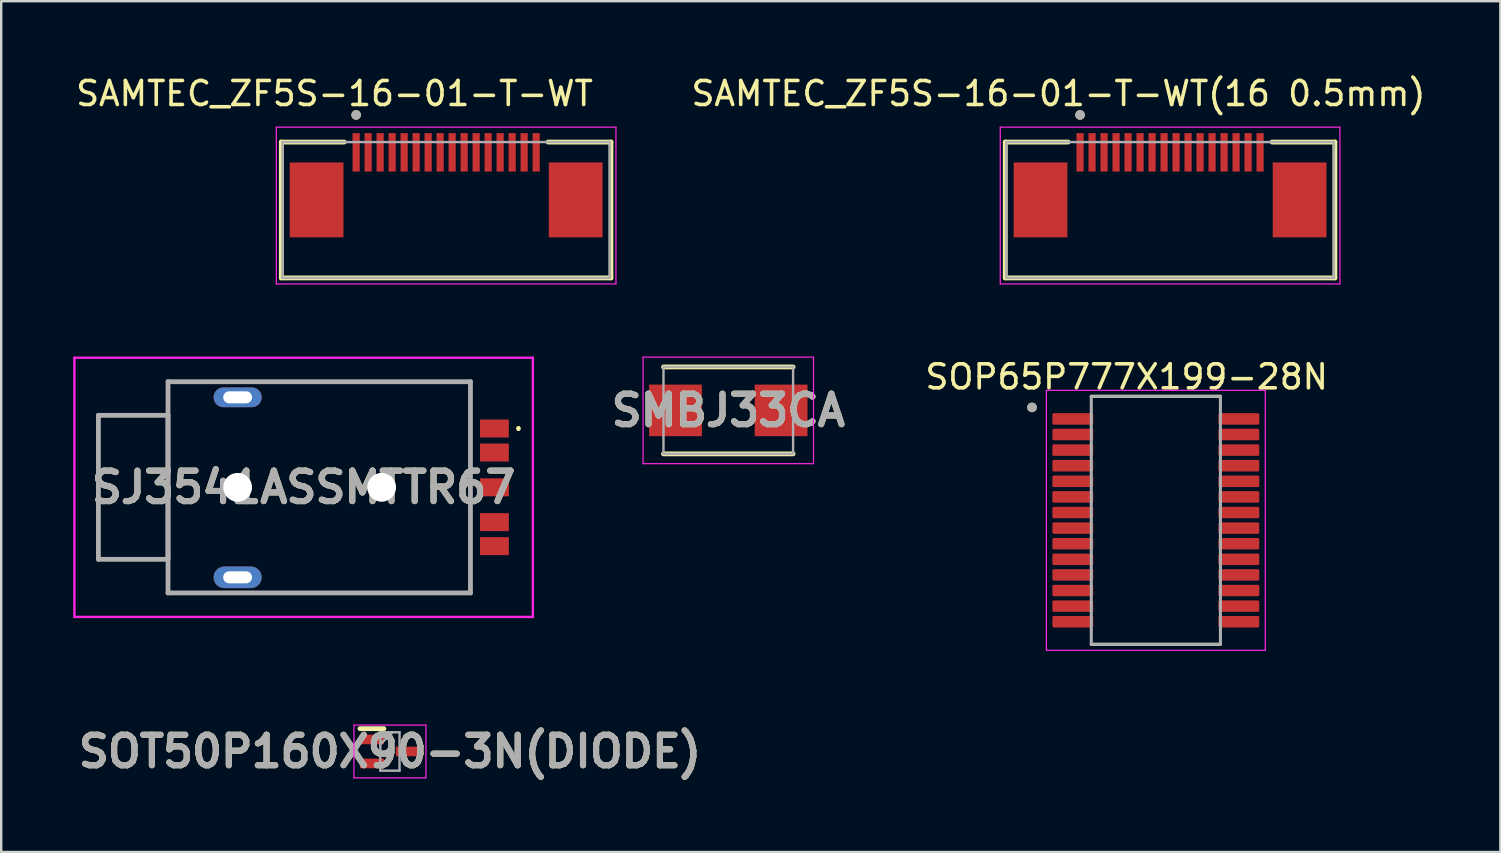
<source format=kicad_pcb>
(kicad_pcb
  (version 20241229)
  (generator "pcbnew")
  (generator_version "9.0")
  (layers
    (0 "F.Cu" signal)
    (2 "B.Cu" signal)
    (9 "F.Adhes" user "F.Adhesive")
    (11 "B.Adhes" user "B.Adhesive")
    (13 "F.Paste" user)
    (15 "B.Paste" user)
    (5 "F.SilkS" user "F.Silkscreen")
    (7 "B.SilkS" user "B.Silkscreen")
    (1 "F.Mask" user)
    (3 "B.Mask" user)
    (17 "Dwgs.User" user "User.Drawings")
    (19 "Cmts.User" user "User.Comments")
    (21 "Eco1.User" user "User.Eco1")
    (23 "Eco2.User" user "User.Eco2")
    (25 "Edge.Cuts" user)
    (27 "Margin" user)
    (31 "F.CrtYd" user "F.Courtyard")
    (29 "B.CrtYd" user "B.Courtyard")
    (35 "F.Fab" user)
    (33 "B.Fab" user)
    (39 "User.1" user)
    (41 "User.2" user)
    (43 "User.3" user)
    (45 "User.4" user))
  (footprint "SOT50P160X90-3N(DIODE)"
    (layer "F.Cu")
    (at 13.196 28.257)
    (property "Reference" "SOT50P160X90-3N(DIODE)" (at 0 0 0) (layer "F.SilkS") (effects (font (size 1.27 1.27) (thickness 0.254))))
    (attr smd)
    (fp_line (start -1.25 -0.95) (end -0.25 -0.95) (stroke (width 0.2) (type solid)) (layer "F.SilkS"))
    (fp_line (start -1.5 -1.1) (end 1.5 -1.1) (stroke (width 0.05) (type solid)) (layer "F.CrtYd"))
    (fp_line (start -1.5 1.1) (end -1.5 -1.1) (stroke (width 0.05) (type solid)) (layer "F.CrtYd"))
    (fp_line (start 1.5 -1.1) (end 1.5 1.1) (stroke (width 0.05) (type solid)) (layer "F.CrtYd"))
    (fp_line (start 1.5 1.1) (end -1.5 1.1) (stroke (width 0.05) (type solid)) (layer "F.CrtYd"))
    (fp_line (start -0.4 -0.8) (end 0.4 -0.8) (stroke (width 0.1) (type solid)) (layer "F.Fab"))
    (fp_line (start -0.4 -0.3) (end 0.1 -0.8) (stroke (width 0.1) (type solid)) (layer "F.Fab"))
    (fp_line (start -0.4 0.8) (end -0.4 -0.8) (stroke (width 0.1) (type solid)) (layer "F.Fab"))
    (fp_line (start 0.4 -0.8) (end 0.4 0.8) (stroke (width 0.1) (type solid)) (layer "F.Fab"))
    (fp_line (start 0.4 0.8) (end -0.4 0.8) (stroke (width 0.1) (type solid)) (layer "F.Fab"))
    (fp_text user "${REFERENCE}" (at 0 0 0) (layer "F.Fab") (effects (font (size 1.27 1.27) (thickness 0.254))))
    (pad "1" smd rect (at -0.75 -0.5 90) (size 0.4 1) (layers "F.Cu" "F.Mask" "F.Paste"))
    (pad "2" smd rect (at -0.75 0.5 90) (size 0.4 1) (layers "F.Cu" "F.Mask" "F.Paste"))
    (pad "3" smd rect (at 0.75 0 90) (size 0.4 1) (layers "F.Cu" "F.Mask" "F.Paste")))
  (footprint "SMBJ33CA"
    (layer "F.Cu")
    (at 27.292 14.048)
    (property "Reference" "SMBJ33CA" (at 0 0 0) (layer "F.SilkS") (effects (font (size 1.27 1.27) (thickness 0.254))))
    (attr smd)
    (fp_line (start -2.7 1.81) (end 2.7 1.81) (stroke (width 0.2) (type solid)) (layer "F.SilkS"))
    (fp_line (start 2.7 -1.81) (end -2.7 -1.81) (stroke (width 0.2) (type solid)) (layer "F.SilkS"))
    (fp_line (start -3.55 -2.22) (end 3.55 -2.22) (stroke (width 0.05) (type solid)) (layer "F.CrtYd"))
    (fp_line (start -3.55 2.22) (end -3.55 -2.22) (stroke (width 0.05) (type solid)) (layer "F.CrtYd"))
    (fp_line (start 3.55 -2.22) (end 3.55 2.22) (stroke (width 0.05) (type solid)) (layer "F.CrtYd"))
    (fp_line (start 3.55 2.22) (end -3.55 2.22) (stroke (width 0.05) (type solid)) (layer "F.CrtYd"))
    (fp_line (start -2.7 -1.81) (end 2.7 -1.81) (stroke (width 0.1) (type solid)) (layer "F.Fab"))
    (fp_line (start -2.7 1.81) (end -2.7 -1.81) (stroke (width 0.1) (type solid)) (layer "F.Fab"))
    (fp_line (start 2.7 -1.81) (end 2.7 1.81) (stroke (width 0.1) (type solid)) (layer "F.Fab"))
    (fp_line (start 2.7 1.81) (end -2.7 1.81) (stroke (width 0.1) (type solid)) (layer "F.Fab"))
    (fp_text user "${REFERENCE}" (at 0 0 0) (layer "F.Fab") (effects (font (size 1.27 1.27) (thickness 0.254))))
    (pad "1" smd rect (at -2.2 0 90) (size 2.15 2.2) (layers "F.Cu" "F.Mask" "F.Paste"))
    (pad "2" smd rect (at 2.2 0 90) (size 2.15 2.2) (layers "F.Cu" "F.Mask" "F.Paste")))
  (footprint "SAMTEC_ZF5S-16-01-T-WT"
    (layer "F.Cu")
    (at 15.537 5.278)
    (property "Reference" "SAMTEC_ZF5S-16-01-T-WT" (at -4.65 -4.43 0) (layer "F.SilkS") (effects (font (size 1 1) (thickness 0.15))))
    (attr smd)
    (fp_line (start -6.867 -2.41) (end -6.867 3.25) (stroke (width 0.2) (type solid)) (layer "F.SilkS"))
    (fp_line (start -6.867 -2.41) (end -4.247 -2.41) (stroke (width 0.2) (type solid)) (layer "F.SilkS"))
    (fp_line (start -6.867 3.25) (end 6.867 3.25) (stroke (width 0.2) (type solid)) (layer "F.SilkS"))
    (fp_line (start 6.867 -2.41) (end 4.247 -2.41) (stroke (width 0.2) (type solid)) (layer "F.SilkS"))
    (fp_line (start 6.867 -2.41) (end 6.867 3.25) (stroke (width 0.2) (type solid)) (layer "F.SilkS"))
    (fp_circle (center -3.75 -3.54) (end -3.65 -3.54) (stroke (width 0.2) (type solid)) (fill no) (layer "F.SilkS"))
    (fp_line (start -7.075 -3.03) (end 7.075 -3.03) (stroke (width 0.05) (type solid)) (layer "F.CrtYd"))
    (fp_line (start -7.075 3.5) (end -7.075 -3.03) (stroke (width 0.05) (type solid)) (layer "F.CrtYd"))
    (fp_line (start 7.075 -3.03) (end 7.075 3.5) (stroke (width 0.05) (type solid)) (layer "F.CrtYd"))
    (fp_line (start 7.075 3.5) (end -7.075 3.5) (stroke (width 0.05) (type solid)) (layer "F.CrtYd"))
    (fp_line (start -6.825 -2.41) (end 6.825 -2.41) (stroke (width 0.1) (type solid)) (layer "F.Fab"))
    (fp_line (start -6.825 3.25) (end -6.825 -2.41) (stroke (width 0.1) (type solid)) (layer "F.Fab"))
    (fp_line (start 6.825 -2.41) (end 6.825 3.25) (stroke (width 0.1) (type solid)) (layer "F.Fab"))
    (fp_line (start 6.825 3.25) (end -6.825 3.25) (stroke (width 0.1) (type solid)) (layer "F.Fab"))
    (fp_circle (center -3.75 -3.54) (end -3.65 -3.54) (stroke (width 0.2) (type solid)) (fill no) (layer "F.Fab"))
    (pad "01" smd rect (at -3.75 -1.98) (size 0.3 1.6) (layers "F.Cu" "F.Mask" "F.Paste"))
    (pad "02" smd rect (at -3.25 -1.98) (size 0.3 1.6) (layers "F.Cu" "F.Mask" "F.Paste"))
    (pad "03" smd rect (at -2.75 -1.98) (size 0.3 1.6) (layers "F.Cu" "F.Mask" "F.Paste"))
    (pad "04" smd rect (at -2.25 -1.98) (size 0.3 1.6) (layers "F.Cu" "F.Mask" "F.Paste"))
    (pad "05" smd rect (at -1.75 -1.98) (size 0.3 1.6) (layers "F.Cu" "F.Mask" "F.Paste"))
    (pad "06" smd rect (at -1.25 -1.98) (size 0.3 1.6) (layers "F.Cu" "F.Mask" "F.Paste"))
    (pad "07" smd rect (at -0.75 -1.98) (size 0.3 1.6) (layers "F.Cu" "F.Mask" "F.Paste"))
    (pad "08" smd rect (at -0.25 -1.98) (size 0.3 1.6) (layers "F.Cu" "F.Mask" "F.Paste"))
    (pad "09" smd rect (at 0.25 -1.98) (size 0.3 1.6) (layers "F.Cu" "F.Mask" "F.Paste"))
    (pad "10" smd rect (at 0.75 -1.98) (size 0.3 1.6) (layers "F.Cu" "F.Mask" "F.Paste"))
    (pad "11" smd rect (at 1.25 -1.98) (size 0.3 1.6) (layers "F.Cu" "F.Mask" "F.Paste"))
    (pad "12" smd rect (at 1.75 -1.98) (size 0.3 1.6) (layers "F.Cu" "F.Mask" "F.Paste"))
    (pad "13" smd rect (at 2.25 -1.98) (size 0.3 1.6) (layers "F.Cu" "F.Mask" "F.Paste"))
    (pad "14" smd rect (at 2.75 -1.98) (size 0.3 1.6) (layers "F.Cu" "F.Mask" "F.Paste"))
    (pad "15" smd rect (at 3.25 -1.98) (size 0.3 1.6) (layers "F.Cu" "F.Mask" "F.Paste"))
    (pad "16" smd rect (at 3.75 -1.98) (size 0.3 1.6) (layers "F.Cu" "F.Mask" "F.Paste"))
    (pad "S1" smd rect (at -5.397 0) (size 2.24 3.12) (layers "F.Cu" "F.Mask" "F.Paste"))
    (pad "S2" smd rect (at 5.397 0) (size 2.24 3.12) (layers "F.Cu" "F.Mask" "F.Paste")))
  (footprint "SAMTEC_ZF5S-16-01-T-WT(16 0.5mm)"
    (layer "F.Cu")
    (at 45.698 5.278)
    (property "Reference" "SAMTEC_ZF5S-16-01-T-WT(16 0.5mm)" (at -4.65 -4.43 0) (layer "F.SilkS") (effects (font (size 1 1) (thickness 0.15))))
    (attr smd)
    (fp_line (start -6.867 -2.41) (end -6.867 3.25) (stroke (width 0.2) (type solid)) (layer "F.SilkS"))
    (fp_line (start -6.867 -2.41) (end -4.247 -2.41) (stroke (width 0.2) (type solid)) (layer "F.SilkS"))
    (fp_line (start -6.867 3.25) (end 6.867 3.25) (stroke (width 0.2) (type solid)) (layer "F.SilkS"))
    (fp_line (start 6.867 -2.41) (end 4.247 -2.41) (stroke (width 0.2) (type solid)) (layer "F.SilkS"))
    (fp_line (start 6.867 -2.41) (end 6.867 3.25) (stroke (width 0.2) (type solid)) (layer "F.SilkS"))
    (fp_circle (center -3.75 -3.54) (end -3.65 -3.54) (stroke (width 0.2) (type solid)) (fill no) (layer "F.SilkS"))
    (fp_line (start -7.075 -3.03) (end 7.075 -3.03) (stroke (width 0.05) (type solid)) (layer "F.CrtYd"))
    (fp_line (start -7.075 3.5) (end -7.075 -3.03) (stroke (width 0.05) (type solid)) (layer "F.CrtYd"))
    (fp_line (start 7.075 -3.03) (end 7.075 3.5) (stroke (width 0.05) (type solid)) (layer "F.CrtYd"))
    (fp_line (start 7.075 3.5) (end -7.075 3.5) (stroke (width 0.05) (type solid)) (layer "F.CrtYd"))
    (fp_line (start -6.825 -2.41) (end 6.825 -2.41) (stroke (width 0.1) (type solid)) (layer "F.Fab"))
    (fp_line (start -6.825 3.25) (end -6.825 -2.41) (stroke (width 0.1) (type solid)) (layer "F.Fab"))
    (fp_line (start 6.825 -2.41) (end 6.825 3.25) (stroke (width 0.1) (type solid)) (layer "F.Fab"))
    (fp_line (start 6.825 3.25) (end -6.825 3.25) (stroke (width 0.1) (type solid)) (layer "F.Fab"))
    (fp_circle (center -3.75 -3.54) (end -3.65 -3.54) (stroke (width 0.2) (type solid)) (fill no) (layer "F.Fab"))
    (pad "01" smd rect (at -3.75 -1.98) (size 0.3 1.6) (layers "F.Cu" "F.Mask" "F.Paste"))
    (pad "02" smd rect (at -3.25 -1.98) (size 0.3 1.6) (layers "F.Cu" "F.Mask" "F.Paste"))
    (pad "03" smd rect (at -2.75 -1.98) (size 0.3 1.6) (layers "F.Cu" "F.Mask" "F.Paste"))
    (pad "04" smd rect (at -2.25 -1.98) (size 0.3 1.6) (layers "F.Cu" "F.Mask" "F.Paste"))
    (pad "05" smd rect (at -1.75 -1.98) (size 0.3 1.6) (layers "F.Cu" "F.Mask" "F.Paste"))
    (pad "06" smd rect (at -1.25 -1.98) (size 0.3 1.6) (layers "F.Cu" "F.Mask" "F.Paste"))
    (pad "07" smd rect (at -0.75 -1.98) (size 0.3 1.6) (layers "F.Cu" "F.Mask" "F.Paste"))
    (pad "08" smd rect (at -0.25 -1.98) (size 0.3 1.6) (layers "F.Cu" "F.Mask" "F.Paste"))
    (pad "09" smd rect (at 0.25 -1.98) (size 0.3 1.6) (layers "F.Cu" "F.Mask" "F.Paste"))
    (pad "10" smd rect (at 0.75 -1.98) (size 0.3 1.6) (layers "F.Cu" "F.Mask" "F.Paste"))
    (pad "11" smd rect (at 1.25 -1.98) (size 0.3 1.6) (layers "F.Cu" "F.Mask" "F.Paste"))
    (pad "12" smd rect (at 1.75 -1.98) (size 0.3 1.6) (layers "F.Cu" "F.Mask" "F.Paste"))
    (pad "13" smd rect (at 2.25 -1.98) (size 0.3 1.6) (layers "F.Cu" "F.Mask" "F.Paste"))
    (pad "14" smd rect (at 2.75 -1.98) (size 0.3 1.6) (layers "F.Cu" "F.Mask" "F.Paste"))
    (pad "15" smd rect (at 3.25 -1.98) (size 0.3 1.6) (layers "F.Cu" "F.Mask" "F.Paste"))
    (pad "16" smd rect (at 3.75 -1.98) (size 0.3 1.6) (layers "F.Cu" "F.Mask" "F.Paste"))
    (pad "S1" smd rect (at -5.397 0) (size 2.24 3.12) (layers "F.Cu" "F.Mask" "F.Paste"))
    (pad "S2" smd rect (at 5.397 0) (size 2.24 3.12) (layers "F.Cu" "F.Mask" "F.Paste")))
  (footprint "SOP65P777X199-28N"
    (layer "F.Cu")
    (at 45.105 18.628)
    (property "Reference" "SOP65P777X199-28N" (at -1.215 -5.977 0) (layer "F.SilkS") (effects (font (size 1 1) (thickness 0.15))))
    (attr smd)
    (fp_line (start -2.69 -5.165) (end 2.69 -5.165) (stroke (width 0.127) (type solid)) (layer "F.SilkS"))
    (fp_line (start -2.69 5.165) (end 2.69 5.165) (stroke (width 0.127) (type solid)) (layer "F.SilkS"))
    (fp_circle (center -5.16 -4.705) (end -5.06 -4.705) (stroke (width 0.2) (type solid)) (fill no) (layer "F.SilkS"))
    (fp_line (start -4.56 -5.415) (end -4.56 5.415) (stroke (width 0.05) (type solid)) (layer "F.CrtYd"))
    (fp_line (start -4.56 -5.415) (end 4.56 -5.415) (stroke (width 0.05) (type solid)) (layer "F.CrtYd"))
    (fp_line (start -4.56 5.415) (end 4.56 5.415) (stroke (width 0.05) (type solid)) (layer "F.CrtYd"))
    (fp_line (start 4.56 -5.415) (end 4.56 5.415) (stroke (width 0.05) (type solid)) (layer "F.CrtYd"))
    (fp_line (start -2.69 -5.165) (end -2.69 5.165) (stroke (width 0.127) (type solid)) (layer "F.Fab"))
    (fp_line (start -2.69 -5.165) (end 2.69 -5.165) (stroke (width 0.127) (type solid)) (layer "F.Fab"))
    (fp_line (start -2.69 5.165) (end 2.69 5.165) (stroke (width 0.127) (type solid)) (layer "F.Fab"))
    (fp_line (start 2.69 -5.165) (end 2.69 5.165) (stroke (width 0.127) (type solid)) (layer "F.Fab"))
    (fp_circle (center -5.16 -4.705) (end -5.06 -4.705) (stroke (width 0.2) (type solid)) (fill no) (layer "F.Fab"))
    (pad "1" smd roundrect (at -3.46 -4.225) (size 1.7 0.48) (layers "F.Cu" "F.Mask" "F.Paste") (roundrect_rratio 0.125))
    (pad "2" smd roundrect (at -3.46 -3.575) (size 1.7 0.48) (layers "F.Cu" "F.Mask" "F.Paste") (roundrect_rratio 0.125))
    (pad "3" smd roundrect (at -3.46 -2.925) (size 1.7 0.48) (layers "F.Cu" "F.Mask" "F.Paste") (roundrect_rratio 0.125))
    (pad "4" smd roundrect (at -3.46 -2.275) (size 1.7 0.48) (layers "F.Cu" "F.Mask" "F.Paste") (roundrect_rratio 0.125))
    (pad "5" smd roundrect (at -3.46 -1.625) (size 1.7 0.48) (layers "F.Cu" "F.Mask" "F.Paste") (roundrect_rratio 0.125))
    (pad "6" smd roundrect (at -3.46 -0.975) (size 1.7 0.48) (layers "F.Cu" "F.Mask" "F.Paste") (roundrect_rratio 0.125))
    (pad "7" smd roundrect (at -3.46 -0.325) (size 1.7 0.48) (layers "F.Cu" "F.Mask" "F.Paste") (roundrect_rratio 0.125))
    (pad "8" smd roundrect (at -3.46 0.325) (size 1.7 0.48) (layers "F.Cu" "F.Mask" "F.Paste") (roundrect_rratio 0.125))
    (pad "9" smd roundrect (at -3.46 0.975) (size 1.7 0.48) (layers "F.Cu" "F.Mask" "F.Paste") (roundrect_rratio 0.125))
    (pad "10" smd roundrect (at -3.46 1.625) (size 1.7 0.48) (layers "F.Cu" "F.Mask" "F.Paste") (roundrect_rratio 0.125))
    (pad "11" smd roundrect (at -3.46 2.275) (size 1.7 0.48) (layers "F.Cu" "F.Mask" "F.Paste") (roundrect_rratio 0.125))
    (pad "12" smd roundrect (at -3.46 2.925) (size 1.7 0.48) (layers "F.Cu" "F.Mask" "F.Paste") (roundrect_rratio 0.125))
    (pad "13" smd roundrect (at -3.46 3.575) (size 1.7 0.48) (layers "F.Cu" "F.Mask" "F.Paste") (roundrect_rratio 0.125))
    (pad "14" smd roundrect (at -3.46 4.225) (size 1.7 0.48) (layers "F.Cu" "F.Mask" "F.Paste") (roundrect_rratio 0.125))
    (pad "15" smd roundrect (at 3.46 4.225) (size 1.7 0.48) (layers "F.Cu" "F.Mask" "F.Paste") (roundrect_rratio 0.125))
    (pad "16" smd roundrect (at 3.46 3.575) (size 1.7 0.48) (layers "F.Cu" "F.Mask" "F.Paste") (roundrect_rratio 0.125))
    (pad "17" smd roundrect (at 3.46 2.925) (size 1.7 0.48) (layers "F.Cu" "F.Mask" "F.Paste") (roundrect_rratio 0.125))
    (pad "18" smd roundrect (at 3.46 2.275) (size 1.7 0.48) (layers "F.Cu" "F.Mask" "F.Paste") (roundrect_rratio 0.125))
    (pad "19" smd roundrect (at 3.46 1.625) (size 1.7 0.48) (layers "F.Cu" "F.Mask" "F.Paste") (roundrect_rratio 0.125))
    (pad "20" smd roundrect (at 3.46 0.975) (size 1.7 0.48) (layers "F.Cu" "F.Mask" "F.Paste") (roundrect_rratio 0.125))
    (pad "21" smd roundrect (at 3.46 0.325) (size 1.7 0.48) (layers "F.Cu" "F.Mask" "F.Paste") (roundrect_rratio 0.125))
    (pad "22" smd roundrect (at 3.46 -0.325) (size 1.7 0.48) (layers "F.Cu" "F.Mask" "F.Paste") (roundrect_rratio 0.125))
    (pad "23" smd roundrect (at 3.46 -0.975) (size 1.7 0.48) (layers "F.Cu" "F.Mask" "F.Paste") (roundrect_rratio 0.125))
    (pad "24" smd roundrect (at 3.46 -1.625) (size 1.7 0.48) (layers "F.Cu" "F.Mask" "F.Paste") (roundrect_rratio 0.125))
    (pad "25" smd roundrect (at 3.46 -2.275) (size 1.7 0.48) (layers "F.Cu" "F.Mask" "F.Paste") (roundrect_rratio 0.125))
    (pad "26" smd roundrect (at 3.46 -2.925) (size 1.7 0.48) (layers "F.Cu" "F.Mask" "F.Paste") (roundrect_rratio 0.125))
    (pad "27" smd roundrect (at 3.46 -3.575) (size 1.7 0.48) (layers "F.Cu" "F.Mask" "F.Paste") (roundrect_rratio 0.125))
    (pad "28" smd roundrect (at 3.46 -4.225) (size 1.7 0.48) (layers "F.Cu" "F.Mask" "F.Paste") (roundrect_rratio 0.125)))
  (footprint "SJ3541ASSMTTR67"
    (layer "F.Cu")
    (at 9.6 17.253)
    (property "Reference" "SJ3541ASSMTTR67" (at 0 0 0) (layer "F.SilkS") (effects (font (size 1.27 1.27) (thickness 0.254))))
    (attr through_hole)
    (fp_line (start -5.65 -4.4) (end -5.65 4.4) (stroke (width 0.1) (type solid)) (layer "F.SilkS"))
    (fp_line (start -5.65 4.4) (end -4.25 4.4) (stroke (width 0.1) (type solid)) (layer "F.SilkS"))
    (fp_line (start -4.25 -4.4) (end -5.65 -4.4) (stroke (width 0.1) (type solid)) (layer "F.SilkS"))
    (fp_line (start -1.25 -4.4) (end 6.95 -4.4) (stroke (width 0.1) (type solid)) (layer "F.SilkS"))
    (fp_line (start 6.95 -4.4) (end 6.95 4.4) (stroke (width 0.1) (type solid)) (layer "F.SilkS"))
    (fp_line (start 6.95 4.4) (end -1.25 4.4) (stroke (width 0.1) (type solid)) (layer "F.SilkS"))
    (fp_line (start 8.95 -2.5) (end 8.95 -2.5) (stroke (width 0.1) (type solid)) (layer "F.SilkS"))
    (fp_line (start 8.95 -2.4) (end 8.95 -2.4) (stroke (width 0.1) (type solid)) (layer "F.SilkS"))
    (fp_arc (start 8.95 -2.5) (mid 9 -2.45) (end 8.95 -2.4) (stroke (width 0.1) (type solid)) (layer "F.SilkS"))
    (fp_arc (start 8.95 -2.4) (mid 8.9 -2.45) (end 8.95 -2.5) (stroke (width 0.1) (type solid)) (layer "F.SilkS"))
    (fp_line (start -9.55 -5.4) (end 9.55 -5.4) (stroke (width 0.1) (type solid)) (layer "F.CrtYd"))
    (fp_line (start -9.55 5.4) (end -9.55 -5.4) (stroke (width 0.1) (type solid)) (layer "F.CrtYd"))
    (fp_line (start 9.55 -5.4) (end 9.55 5.4) (stroke (width 0.1) (type solid)) (layer "F.CrtYd"))
    (fp_line (start 9.55 5.4) (end -9.55 5.4) (stroke (width 0.1) (type solid)) (layer "F.CrtYd"))
    (fp_line (start -8.55 -3) (end -5.65 -3) (stroke (width 0.2) (type solid)) (layer "F.Fab"))
    (fp_line (start -8.55 3) (end -8.55 -3) (stroke (width 0.2) (type solid)) (layer "F.Fab"))
    (fp_line (start -5.65 -4.4) (end 6.95 -4.4) (stroke (width 0.2) (type solid)) (layer "F.Fab"))
    (fp_line (start -5.65 -3) (end -5.65 3) (stroke (width 0.2) (type solid)) (layer "F.Fab"))
    (fp_line (start -5.65 3) (end -8.55 3) (stroke (width 0.2) (type solid)) (layer "F.Fab"))
    (fp_line (start -5.65 4.4) (end -5.65 -4.4) (stroke (width 0.2) (type solid)) (layer "F.Fab"))
    (fp_line (start 6.95 -4.4) (end 6.95 4.4) (stroke (width 0.2) (type solid)) (layer "F.Fab"))
    (fp_line (start 6.95 4.4) (end -5.65 4.4) (stroke (width 0.2) (type solid)) (layer "F.Fab"))
    (fp_text user "${REFERENCE}" (at 0 0 0) (layer "F.Fab") (effects (font (size 1.27 1.27) (thickness 0.254))))
    (pad "" np_thru_hole circle (at -2.75 0) (size 1.2 1.2) (drill 1.2) (layers "*.Cu" "*.Mask"))
    (pad "" np_thru_hole circle (at 3.25 0) (size 1.2 1.2) (drill 1.2) (layers "*.Cu" "*.Mask"))
    (pad "1" smd rect (at 7.95 -2.45 90) (size 0.75 1.2) (layers "F.Cu" "F.Mask" "F.Paste"))
    (pad "2" smd rect (at 7.95 1.45 90) (size 0.75 1.2) (layers "F.Cu" "F.Mask" "F.Paste"))
    (pad "3" smd rect (at 7.95 0 90) (size 0.75 1.2) (layers "F.Cu" "F.Mask" "F.Paste"))
    (pad "4" smd rect (at 7.95 2.45 90) (size 0.75 1.2) (layers "F.Cu" "F.Mask" "F.Paste"))
    (pad "5" smd rect (at 7.95 -1.45 90) (size 0.75 1.2) (layers "F.Cu" "F.Mask" "F.Paste"))
    (pad "MH1" thru_hole oval (at -2.75 -3.75) (size 2 0.822) (drill oval 1.2 0.5) (layers "*.Cu" "*.Mask"))
    (pad "MH2" thru_hole oval (at -2.75 3.75) (size 2 0.898) (drill oval 1.2 0.5) (layers "*.Cu" "*.Mask")))
  (gr_rect
    (start -3 -3)
    (end 59.458 32.446)
    (stroke (width 0.1) (type default))
    (fill no)
    (layer "Edge.Cuts")))
</source>
